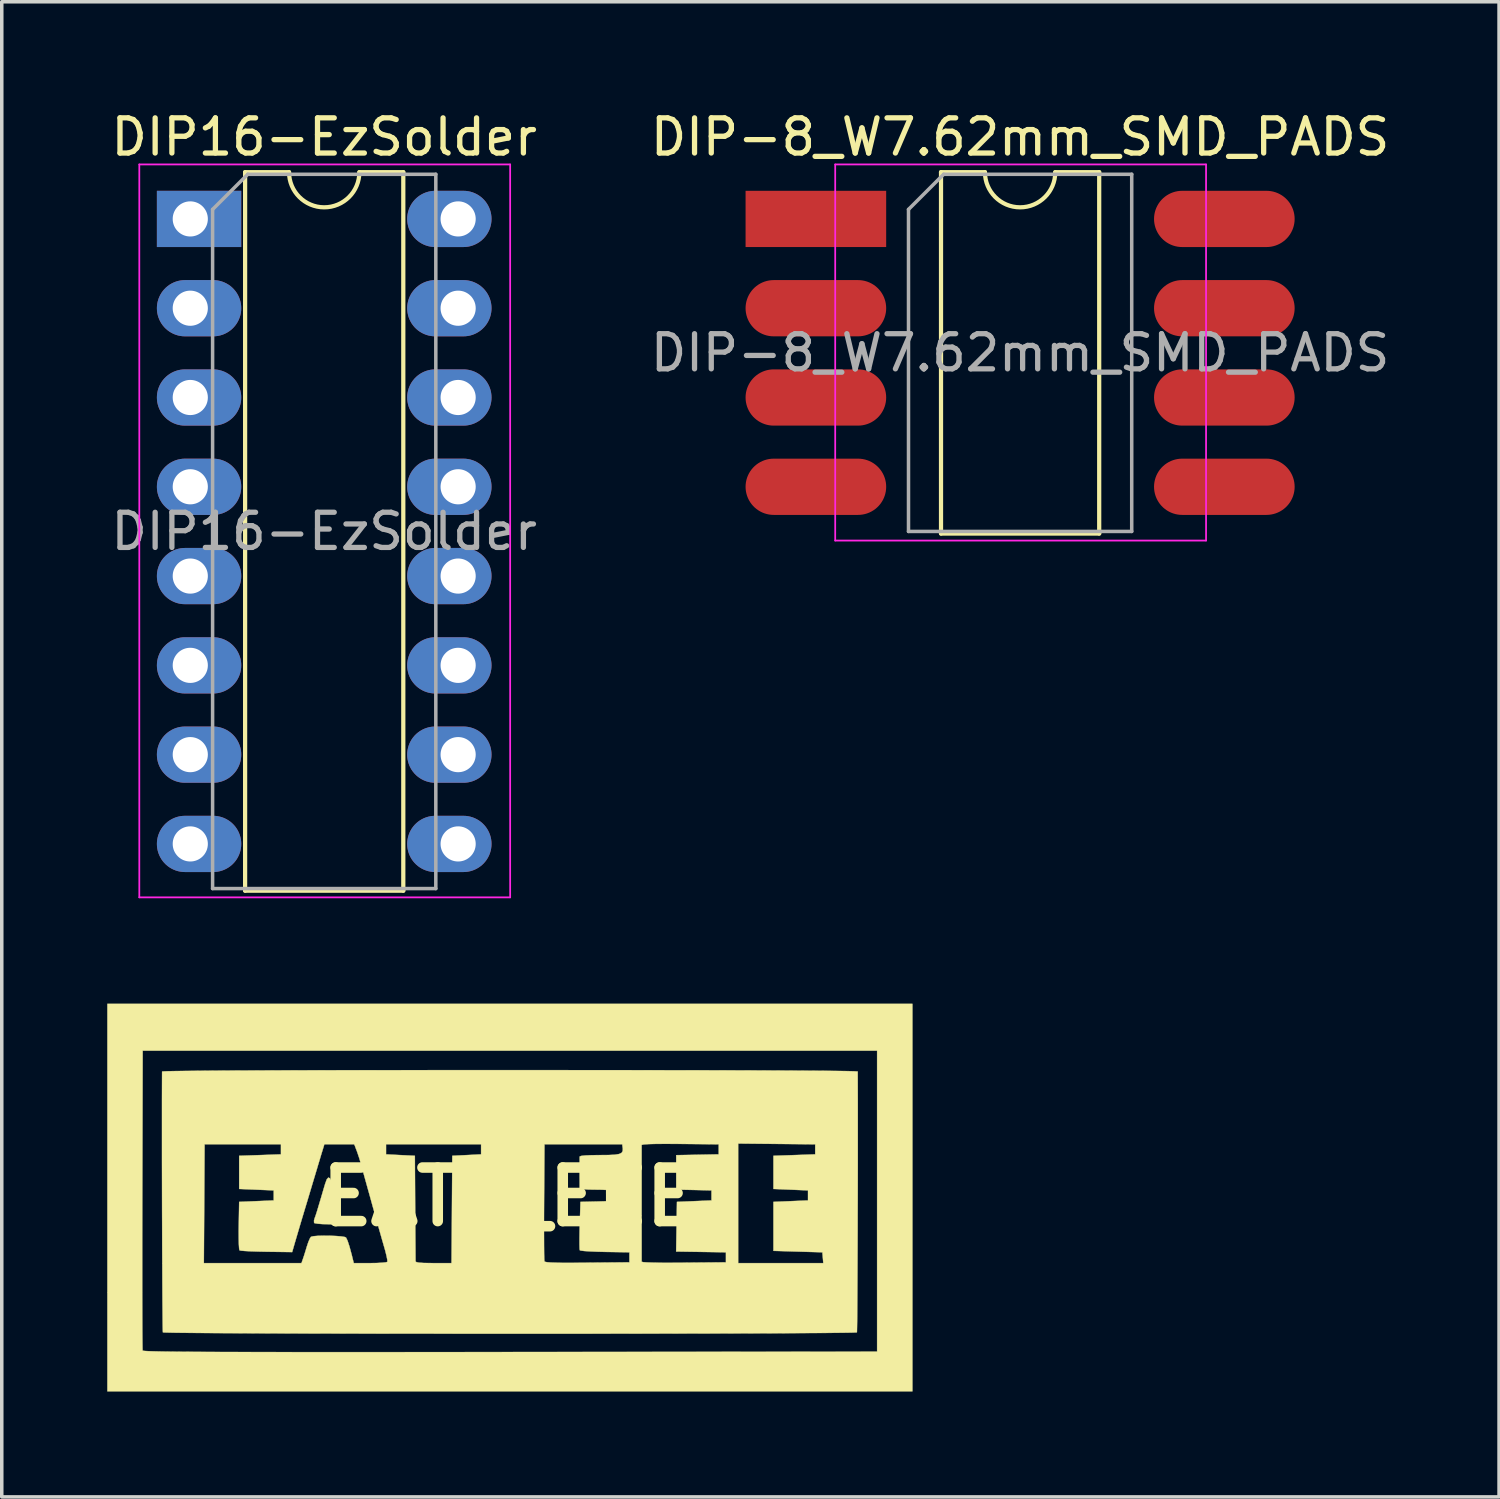
<source format=kicad_pcb>
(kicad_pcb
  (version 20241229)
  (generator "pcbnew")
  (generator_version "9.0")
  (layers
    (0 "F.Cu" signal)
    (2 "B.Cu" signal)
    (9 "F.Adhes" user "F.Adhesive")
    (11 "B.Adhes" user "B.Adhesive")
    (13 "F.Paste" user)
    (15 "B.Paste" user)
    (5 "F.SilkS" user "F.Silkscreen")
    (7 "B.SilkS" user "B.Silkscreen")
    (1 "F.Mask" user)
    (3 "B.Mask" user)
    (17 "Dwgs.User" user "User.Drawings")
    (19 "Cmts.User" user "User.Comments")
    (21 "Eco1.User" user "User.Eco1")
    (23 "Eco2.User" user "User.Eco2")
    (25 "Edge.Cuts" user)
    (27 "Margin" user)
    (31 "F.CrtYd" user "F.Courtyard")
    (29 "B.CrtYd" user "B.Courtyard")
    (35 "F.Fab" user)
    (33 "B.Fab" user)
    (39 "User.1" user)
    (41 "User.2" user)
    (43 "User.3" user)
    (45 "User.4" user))
  (footprint "EATS_EEE"
    (layer "F.Cu")
    (at 11.435 30.998)
    (property "Reference" "EATS_EEE" (at 0 0 0) (layer "F.SilkS") (effects (font (size 1.524 1.524) (thickness 0.3))))
    (attr through_hole)
    (fp_poly (pts (xy -5.097 -0.526) (xy -5.046 -0.425) (xy -4.989 -0.246) (xy -4.968 -0.164) (xy -4.917 0.036) (xy -4.867 0.235) (xy -4.825 0.401) (xy -4.812 0.451) (xy -4.775 0.6) (xy -4.762 0.696) (xy -4.786 0.749) (xy -4.859 0.773) (xy -4.992 0.778) (xy -5.139 0.778) (xy -5.309 0.775) (xy -5.446 0.764) (xy -5.532 0.75) (xy -5.549 0.74) (xy -5.553 0.677) (xy -5.534 0.607) (xy -5.516 0.561) (xy -5.493 0.492) (xy -5.461 0.391) (xy -5.418 0.246) (xy -5.359 0.049) (xy -5.283 -0.211) (xy -5.236 -0.369) (xy -5.19 -0.496) (xy -5.144 -0.549) (xy -5.097 -0.526)) (stroke (width 0.01) (type solid)) (fill yes) (layer "F.SilkS"))
    (fp_poly (pts (xy 11.471 5.531) (xy -11.43 5.531) (xy -11.43 2.256) (xy -10.439 2.256) (xy -10.439 2.715) (xy -10.438 3.13) (xy -10.437 3.494) (xy -10.436 3.803) (xy -10.434 4.051) (xy -10.432 4.232) (xy -10.43 4.342) (xy -10.428 4.373) (xy -10.411 4.379) (xy -10.365 4.384) (xy -10.285 4.389) (xy -10.171 4.393) (xy -10.018 4.397) (xy -9.825 4.401) (xy -9.59 4.404) (xy -9.308 4.407) (xy -8.979 4.409) (xy -8.599 4.411) (xy -8.167 4.413) (xy -7.678 4.414) (xy -7.131 4.415) (xy -6.524 4.416) (xy -5.853 4.417) (xy -5.117 4.417) (xy -4.312 4.417) (xy -3.436 4.417) (xy -2.487 4.416) (xy -1.462 4.416) (xy -0.358 4.415) (xy 0.029 4.414) (xy 10.467 4.404) (xy 10.467 -4.158) (xy -10.426 -4.158) (xy -10.437 0.082) (xy -10.438 0.665) (xy -10.439 1.225) (xy -10.439 1.758) (xy -10.439 2.256) (xy -11.43 2.256) (xy -11.43 -5.49) (xy 11.471 -5.49) (xy 11.471 5.531)) (stroke (width 0.01) (type solid)) (fill yes) (layer "F.SilkS"))
    (fp_poly (pts (xy 1.243 -3.605) (xy 2.386 -3.604) (xy 3.449 -3.604) (xy 4.431 -3.602) (xy 5.333 -3.601) (xy 6.154 -3.599) (xy 6.895 -3.597) (xy 7.554 -3.594) (xy 8.133 -3.591) (xy 8.631 -3.588) (xy 9.048 -3.585) (xy 9.383 -3.581) (xy 9.637 -3.577) (xy 9.809 -3.572) (xy 9.9 -3.567) (xy 9.915 -3.564) (xy 9.916 -3.323) (xy 9.917 -3.027) (xy 9.918 -2.682) (xy 9.918 -2.297) (xy 9.918 -1.877) (xy 9.918 -1.43) (xy 9.918 -0.962) (xy 9.917 -0.481) (xy 9.916 0.007) (xy 9.914 0.494) (xy 9.913 0.974) (xy 9.911 1.44) (xy 9.909 1.885) (xy 9.907 2.302) (xy 9.905 2.684) (xy 9.903 3.024) (xy 9.901 3.315) (xy 9.899 3.55) (xy 9.896 3.723) (xy 9.894 3.826) (xy 9.892 3.854) (xy 9.849 3.858) (xy 9.729 3.862) (xy 9.535 3.865) (xy 9.272 3.868) (xy 8.945 3.872) (xy 8.558 3.874) (xy 8.114 3.877) (xy 7.619 3.88) (xy 7.076 3.882) (xy 6.49 3.884) (xy 5.866 3.886) (xy 5.207 3.887) (xy 4.518 3.889) (xy 3.803 3.89) (xy 3.067 3.891) (xy 2.313 3.892) (xy 1.547 3.892) (xy 0.772 3.892) (xy -0.006 3.892) (xy -0.785 3.892) (xy -1.559 3.892) (xy -2.325 3.891) (xy -3.077 3.891) (xy -3.812 3.89) (xy -4.525 3.889) (xy -5.212 3.887) (xy -5.869 3.886) (xy -6.491 3.884) (xy -7.074 3.882) (xy -7.613 3.879) (xy -8.105 3.877) (xy -8.545 3.874) (xy -8.929 3.871) (xy -9.252 3.868) (xy -9.51 3.865) (xy -9.699 3.861) (xy -9.814 3.858) (xy -9.851 3.854) (xy -9.853 3.81) (xy -9.856 3.691) (xy -9.858 3.505) (xy -9.86 3.257) (xy -9.863 2.955) (xy -9.865 2.605) (xy -9.867 2.215) (xy -9.868 1.885) (xy -8.686 1.885) (xy -5.909 1.885) (xy -5.869 1.772) (xy -5.835 1.671) (xy -5.79 1.527) (xy -5.756 1.413) (xy -5.711 1.279) (xy -5.667 1.179) (xy -5.638 1.137) (xy -5.571 1.12) (xy -5.446 1.109) (xy -5.284 1.105) (xy -5.106 1.106) (xy -4.932 1.113) (xy -4.783 1.125) (xy -4.679 1.141) (xy -4.642 1.157) (xy -4.598 1.247) (xy -4.543 1.415) (xy -4.477 1.659) (xy -4.465 1.71) (xy -4.421 1.885) (xy -3.954 1.885) (xy -3.767 1.882) (xy -3.611 1.873) (xy -3.505 1.862) (xy -3.465 1.849) (xy -3.466 1.796) (xy -3.488 1.684) (xy -3.526 1.53) (xy -3.561 1.408) (xy -3.62 1.203) (xy -3.691 0.952) (xy -3.766 0.688) (xy -3.826 0.471) (xy -3.886 0.258) (xy -3.941 0.058) (xy -3.987 -0.107) (xy -4.018 -0.217) (xy -4.02 -0.225) (xy -4.089 -0.473) (xy -4.142 -0.663) (xy -4.184 -0.815) (xy -4.218 -0.942) (xy -4.266 -1.104) (xy -4.323 -1.274) (xy -4.337 -1.311) (xy -4.407 -1.495) (xy -3.503 -1.495) (xy -3.503 -1.209) (xy -3.093 -1.188) (xy -2.683 -1.168) (xy -2.674 0.307) (xy -2.672 0.648) (xy -2.67 0.964) (xy -2.668 1.246) (xy -2.666 1.483) (xy -2.665 1.666) (xy -2.664 1.787) (xy -2.664 1.833) (xy -2.641 1.856) (xy -2.566 1.872) (xy -2.431 1.881) (xy -2.226 1.884) (xy -2.151 1.885) (xy -1.64 1.885) (xy 6.514 1.885) (xy 8.936 1.885) (xy 8.91 1.577) (xy 8.214 1.557) (xy 7.518 1.536) (xy 7.518 0.143) (xy 8.501 0.102) (xy 8.501 -0.184) (xy 7.518 -0.225) (xy 7.518 -1.168) (xy 8.112 -1.188) (xy 8.706 -1.209) (xy 8.706 -1.495) (xy 7.61 -1.506) (xy 6.514 -1.517) (xy 6.514 1.885) (xy -1.64 1.885) (xy -1.632 0.838) (xy 0.99 0.838) (xy 0.991 1.14) (xy 0.992 1.398) (xy 0.994 1.605) (xy 0.997 1.75) (xy 1.001 1.826) (xy 1.002 1.834) (xy 1.025 1.849) (xy 1.086 1.861) (xy 1.192 1.87) (xy 1.35 1.875) (xy 1.569 1.878) (xy 1.854 1.877) (xy 2.214 1.875) (xy 2.221 1.875) (xy 3.421 1.864) (xy 3.421 1.577) (xy 2.726 1.566) (xy 2.496 1.56) (xy 2.295 1.551) (xy 2.138 1.541) (xy 2.038 1.528) (xy 2.009 1.519) (xy 2.003 1.468) (xy 2 1.349) (xy 2 1.178) (xy 2.003 0.968) (xy 2.007 0.813) (xy 2.027 0.184) (xy 3.768 0.184) (xy 3.768 0.541) (xy 3.768 0.873) (xy 3.768 1.171) (xy 3.768 1.425) (xy 3.768 1.627) (xy 3.768 1.768) (xy 3.768 1.838) (xy 3.768 1.844) (xy 3.809 1.858) (xy 3.931 1.867) (xy 4.133 1.874) (xy 4.414 1.877) (xy 4.773 1.876) (xy 4.967 1.875) (xy 6.166 1.864) (xy 6.166 1.577) (xy 5.458 1.566) (xy 4.75 1.555) (xy 4.773 0.143) (xy 5.756 0.102) (xy 5.756 -0.184) (xy 5.254 -0.196) (xy 4.752 -0.207) (xy 4.752 -1.186) (xy 5.961 -1.209) (xy 5.961 -1.495) (xy 4.865 -1.506) (xy 4.489 -1.508) (xy 4.191 -1.507) (xy 3.971 -1.501) (xy 3.831 -1.492) (xy 3.771 -1.479) (xy 3.768 -1.476) (xy 3.768 -1.427) (xy 3.768 -1.305) (xy 3.768 -1.119) (xy 3.768 -0.879) (xy 3.768 -0.592) (xy 3.768 -0.269) (xy 3.768 0.082) (xy 3.768 0.184) (xy 2.027 0.184) (xy 2.028 0.143) (xy 2.509 0.132) (xy 2.714 0.126) (xy 2.851 0.119) (xy 2.935 0.107) (xy 2.982 0.087) (xy 3.004 0.056) (xy 3.015 0.019) (xy 3.027 -0.069) (xy 3.005 -0.13) (xy 2.938 -0.171) (xy 2.816 -0.194) (xy 2.63 -0.203) (xy 2.474 -0.205) (xy 2.266 -0.208) (xy 2.113 -0.218) (xy 2.024 -0.233) (xy 2.006 -0.246) (xy 2.005 -0.302) (xy 2.005 -0.421) (xy 2.004 -0.582) (xy 2.004 -0.696) (xy 2.004 -0.874) (xy 2.005 -1.022) (xy 2.005 -1.12) (xy 2.006 -1.147) (xy 2.046 -1.164) (xy 2.16 -1.177) (xy 2.34 -1.185) (xy 2.576 -1.188) (xy 2.828 -1.19) (xy 3.008 -1.199) (xy 3.128 -1.219) (xy 3.199 -1.252) (xy 3.23 -1.303) (xy 3.233 -1.374) (xy 3.229 -1.401) (xy 3.216 -1.495) (xy 1.004 -1.495) (xy 0.993 0.143) (xy 0.991 0.503) (xy 0.99 0.838) (xy -1.632 0.838) (xy -1.629 0.358) (xy -1.618 -1.168) (xy -1.209 -1.188) (xy -0.799 -1.209) (xy -0.799 -1.495) (xy -3.503 -1.495) (xy -4.407 -1.495) (xy -5.258 -1.495) (xy -5.308 -1.331) (xy -5.344 -1.215) (xy -5.393 -1.05) (xy -5.448 -0.868) (xy -5.462 -0.819) (xy -5.515 -0.643) (xy -5.583 -0.417) (xy -5.657 -0.169) (xy -5.729 0.071) (xy -5.732 0.082) (xy -5.824 0.386) (xy -5.897 0.629) (xy -5.957 0.83) (xy -6.009 1.006) (xy -6.059 1.176) (xy -6.098 1.308) (xy -6.174 1.571) (xy -6.907 1.561) (xy -7.145 1.556) (xy -7.354 1.549) (xy -7.521 1.54) (xy -7.632 1.53) (xy -7.672 1.52) (xy -7.682 1.471) (xy -7.69 1.354) (xy -7.694 1.183) (xy -7.695 0.974) (xy -7.693 0.816) (xy -7.681 0.143) (xy -6.698 0.102) (xy -6.698 -0.184) (xy -7.681 -0.225) (xy -7.681 -1.168) (xy -7.087 -1.188) (xy -6.493 -1.209) (xy -6.493 -1.495) (xy -8.665 -1.495) (xy -8.675 0.195) (xy -8.686 1.885) (xy -9.868 1.885) (xy -9.869 1.792) (xy -9.871 1.342) (xy -9.872 0.872) (xy -9.874 0.39) (xy -9.875 -0.098) (xy -9.876 -0.585) (xy -9.877 -1.064) (xy -9.877 -1.527) (xy -9.877 -1.969) (xy -9.877 -2.382) (xy -9.877 -2.76) (xy -9.876 -3.094) (xy -9.875 -3.38) (xy -9.874 -3.564) (xy -9.833 -3.569) (xy -9.71 -3.574) (xy -9.505 -3.578) (xy -9.219 -3.582) (xy -8.852 -3.586) (xy -8.403 -3.59) (xy -7.873 -3.593) (xy -7.262 -3.595) (xy -6.571 -3.598) (xy -5.798 -3.6) (xy -4.945 -3.602) (xy -4.011 -3.603) (xy -2.997 -3.604) (xy -1.903 -3.605) (xy -0.729 -3.605) (xy 0.02 -3.605) (xy 1.243 -3.605)) (stroke (width 0.01) (type solid)) (fill yes) (layer "F.SilkS")))
  (footprint "DIP-8_W7.62mm_SMD_PADS"
    (layer "F.Cu")
    (at 22.16 3.178)
    (property "Reference" "DIP-8_W7.62mm_SMD_PADS" (at 3.81 -2.33 0) (layer "F.SilkS") (effects (font (size 1 1) (thickness 0.15))))
    (attr through_hole)
    (fp_line (start 1.56 -1.33) (end 1.56 8.95) (stroke (width 0.12) (type solid)) (layer "F.SilkS"))
    (fp_line (start 1.56 8.95) (end 6.06 8.95) (stroke (width 0.12) (type solid)) (layer "F.SilkS"))
    (fp_line (start 2.81 -1.33) (end 1.56 -1.33) (stroke (width 0.12) (type solid)) (layer "F.SilkS"))
    (fp_line (start 6.06 -1.33) (end 4.81 -1.33) (stroke (width 0.12) (type solid)) (layer "F.SilkS"))
    (fp_line (start 6.06 8.95) (end 6.06 -1.33) (stroke (width 0.12) (type solid)) (layer "F.SilkS"))
    (fp_arc (start 4.81 -1.33) (mid 3.81 -0.33) (end 2.81 -1.33) (stroke (width 0.12) (type solid)) (layer "F.SilkS"))
    (fp_line (start -1.45 -1.55) (end -1.45 9.15) (stroke (width 0.05) (type solid)) (layer "F.CrtYd"))
    (fp_line (start -1.45 9.15) (end 9.1 9.15) (stroke (width 0.05) (type solid)) (layer "F.CrtYd"))
    (fp_line (start 9.1 -1.55) (end -1.45 -1.55) (stroke (width 0.05) (type solid)) (layer "F.CrtYd"))
    (fp_line (start 9.1 9.15) (end 9.1 -1.55) (stroke (width 0.05) (type solid)) (layer "F.CrtYd"))
    (fp_line (start 0.635 -0.27) (end 1.635 -1.27) (stroke (width 0.1) (type solid)) (layer "F.Fab"))
    (fp_line (start 0.635 8.89) (end 0.635 -0.27) (stroke (width 0.1) (type solid)) (layer "F.Fab"))
    (fp_line (start 1.635 -1.27) (end 6.985 -1.27) (stroke (width 0.1) (type solid)) (layer "F.Fab"))
    (fp_line (start 6.985 -1.27) (end 6.985 8.89) (stroke (width 0.1) (type solid)) (layer "F.Fab"))
    (fp_line (start 6.985 8.89) (end 0.635 8.89) (stroke (width 0.1) (type solid)) (layer "F.Fab"))
    (fp_text user "${REFERENCE}" (at 3.81 3.81 0) (layer "F.Fab") (effects (font (size 1 1) (thickness 0.15))))
    (pad "1" smd rect (at 0 0) (size 4 1.6) (drill (offset -2 0)) (layers "F.Cu" "F.Mask" "F.Paste"))
    (pad "2" smd oval (at 0 2.54) (size 4 1.6) (drill (offset -2 0)) (layers "F.Cu" "F.Mask" "F.Paste"))
    (pad "3" smd oval (at 0 5.08) (size 4 1.6) (drill (offset -2 0)) (layers "F.Cu" "F.Mask" "F.Paste"))
    (pad "4" smd oval (at 0 7.62) (size 4 1.6) (drill (offset -2 0)) (layers "F.Cu" "F.Mask" "F.Paste"))
    (pad "5" smd oval (at 7.62 7.62) (size 4 1.6) (drill (offset 2 0)) (layers "F.Cu" "F.Mask" "F.Paste"))
    (pad "6" smd oval (at 7.62 5.08) (size 4 1.6) (drill (offset 2 0)) (layers "F.Cu" "F.Mask" "F.Paste"))
    (pad "7" smd oval (at 7.62 2.54) (size 4 1.6) (drill (offset 2 0)) (layers "F.Cu" "F.Mask" "F.Paste"))
    (pad "8" smd oval (at 7.62 0) (size 4 1.6) (drill (offset 2 0)) (layers "F.Cu" "F.Mask" "F.Paste")))
  (footprint "DIP16-EzSolder"
    (layer "F.Cu")
    (at 2.363 3.178)
    (property "Reference" "DIP16-EzSolder" (at 3.81 -2.33 0) (layer "F.SilkS") (effects (font (size 1 1) (thickness 0.15))))
    (attr through_hole)
    (fp_line (start 1.56 -1.33) (end 1.56 19.11) (stroke (width 0.12) (type solid)) (layer "F.SilkS"))
    (fp_line (start 1.56 19.11) (end 6.06 19.11) (stroke (width 0.12) (type solid)) (layer "F.SilkS"))
    (fp_line (start 2.81 -1.33) (end 1.56 -1.33) (stroke (width 0.12) (type solid)) (layer "F.SilkS"))
    (fp_line (start 6.06 -1.33) (end 4.81 -1.33) (stroke (width 0.12) (type solid)) (layer "F.SilkS"))
    (fp_line (start 6.06 19.11) (end 6.06 -1.33) (stroke (width 0.12) (type solid)) (layer "F.SilkS"))
    (fp_arc (start 4.81 -1.33) (mid 3.81 -0.33) (end 2.81 -1.33) (stroke (width 0.12) (type solid)) (layer "F.SilkS"))
    (fp_line (start -1.45 -1.55) (end -1.45 19.3) (stroke (width 0.05) (type solid)) (layer "F.CrtYd"))
    (fp_line (start -1.45 19.3) (end 9.1 19.3) (stroke (width 0.05) (type solid)) (layer "F.CrtYd"))
    (fp_line (start 9.1 -1.55) (end -1.45 -1.55) (stroke (width 0.05) (type solid)) (layer "F.CrtYd"))
    (fp_line (start 9.1 19.3) (end 9.1 -1.55) (stroke (width 0.05) (type solid)) (layer "F.CrtYd"))
    (fp_line (start 0.635 -0.27) (end 1.635 -1.27) (stroke (width 0.1) (type solid)) (layer "F.Fab"))
    (fp_line (start 0.635 19.05) (end 0.635 -0.27) (stroke (width 0.1) (type solid)) (layer "F.Fab"))
    (fp_line (start 1.635 -1.27) (end 6.985 -1.27) (stroke (width 0.1) (type solid)) (layer "F.Fab"))
    (fp_line (start 6.985 -1.27) (end 6.985 19.05) (stroke (width 0.1) (type solid)) (layer "F.Fab"))
    (fp_line (start 6.985 19.05) (end 0.635 19.05) (stroke (width 0.1) (type solid)) (layer "F.Fab"))
    (fp_text user "${REFERENCE}" (at 3.81 8.89 0) (layer "F.Fab") (effects (font (size 1 1) (thickness 0.15))))
    (pad "1" thru_hole rect (at 0 0) (size 2.4 1.6) (drill 1 (offset 0.25 0)) (layers "*.Cu" "*.Mask"))
    (pad "2" thru_hole oval (at 0 2.54) (size 2.4 1.6) (drill 1 (offset 0.25 0)) (layers "*.Cu" "*.Mask"))
    (pad "3" thru_hole oval (at 0 5.08) (size 2.4 1.6) (drill 1 (offset 0.25 0)) (layers "*.Cu" "*.Mask"))
    (pad "4" thru_hole oval (at 0 7.62) (size 2.4 1.6) (drill 1 (offset 0.25 0)) (layers "*.Cu" "*.Mask"))
    (pad "5" thru_hole oval (at 0 10.16) (size 2.4 1.6) (drill 1 (offset 0.25 0)) (layers "*.Cu" "*.Mask"))
    (pad "6" thru_hole oval (at 0 12.7) (size 2.4 1.6) (drill 1 (offset 0.25 0)) (layers "*.Cu" "*.Mask"))
    (pad "7" thru_hole oval (at 0 15.24) (size 2.4 1.6) (drill 1 (offset 0.25 0)) (layers "*.Cu" "*.Mask"))
    (pad "8" thru_hole oval (at 0 17.78) (size 2.4 1.6) (drill 1 (offset 0.25 0)) (layers "*.Cu" "*.Mask"))
    (pad "9" thru_hole oval (at 7.62 17.78) (size 2.4 1.6) (drill 1 (offset -0.25 0)) (layers "*.Cu" "*.Mask"))
    (pad "10" thru_hole oval (at 7.62 15.24) (size 2.4 1.6) (drill 1 (offset -0.25 0)) (layers "*.Cu" "*.Mask"))
    (pad "11" thru_hole oval (at 7.62 12.7) (size 2.4 1.6) (drill 1 (offset -0.25 0)) (layers "*.Cu" "*.Mask"))
    (pad "12" thru_hole oval (at 7.62 10.16) (size 2.4 1.6) (drill 1 (offset -0.25 0)) (layers "*.Cu" "*.Mask"))
    (pad "13" thru_hole oval (at 7.62 7.62) (size 2.4 1.6) (drill 1 (offset -0.25 0)) (layers "*.Cu" "*.Mask"))
    (pad "14" thru_hole oval (at 7.62 5.08) (size 2.4 1.6) (drill 1 (offset -0.25 0)) (layers "*.Cu" "*.Mask"))
    (pad "15" thru_hole oval (at 7.62 2.54) (size 2.4 1.6) (drill 1 (offset -0.25 0)) (layers "*.Cu" "*.Mask"))
    (pad "16" thru_hole oval (at 7.62 0) (size 2.4 1.6) (drill 1 (offset -0.25 0)) (layers "*.Cu" "*.Mask")))
  (gr_rect
    (start -3 -3)
    (end 39.595 39.534)
    (stroke (width 0.1) (type default))
    (fill no)
    (layer "Edge.Cuts")))
</source>
